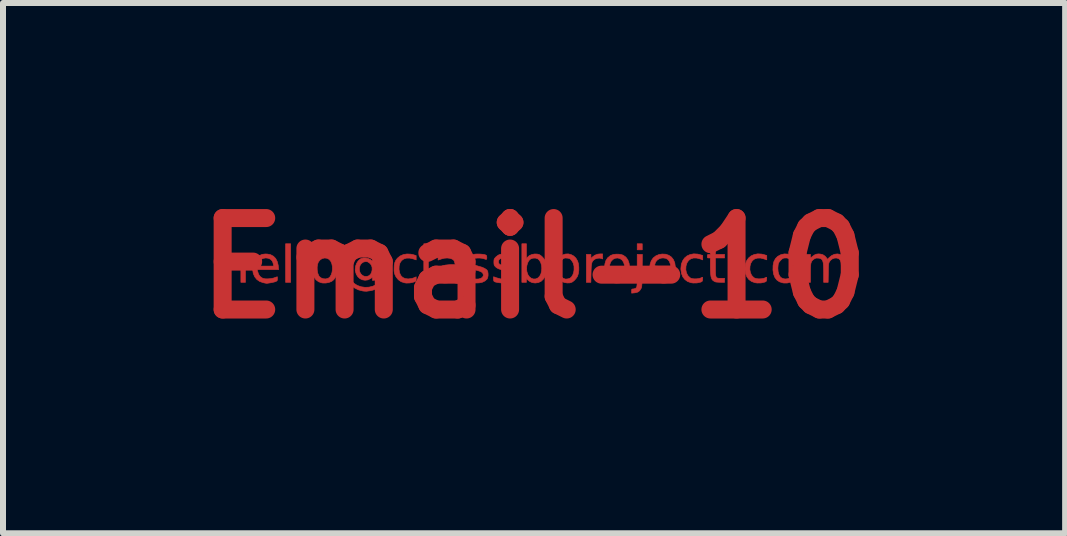
<source format=kicad_pcb>
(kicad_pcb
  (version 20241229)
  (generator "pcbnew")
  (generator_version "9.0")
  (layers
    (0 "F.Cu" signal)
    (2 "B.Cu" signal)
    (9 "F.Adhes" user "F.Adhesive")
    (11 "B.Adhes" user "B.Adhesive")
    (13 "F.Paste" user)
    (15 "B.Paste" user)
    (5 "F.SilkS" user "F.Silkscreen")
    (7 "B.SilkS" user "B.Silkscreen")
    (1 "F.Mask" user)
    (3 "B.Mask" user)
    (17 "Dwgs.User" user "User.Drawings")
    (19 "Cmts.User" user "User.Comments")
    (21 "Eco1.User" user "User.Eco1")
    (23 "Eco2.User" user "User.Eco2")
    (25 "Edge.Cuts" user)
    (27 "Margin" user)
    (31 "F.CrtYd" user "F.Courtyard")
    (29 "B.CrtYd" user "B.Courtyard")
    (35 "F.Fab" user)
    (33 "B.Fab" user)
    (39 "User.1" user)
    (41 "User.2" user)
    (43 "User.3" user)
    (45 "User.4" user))
  (footprint "Email-10"
    (layer "F.Cu")
    (at 5.849 1.418)
    (property "Reference" "Email-10" (at 0 0 0) (layer "F.Cu") (effects (font (size 1.524 1.524) (thickness 0.3))))
    (attr through_hole)
    (fp_poly (pts (xy -4.056 0.237) (xy -4.14 0.237) (xy -4.14 -0.406) (xy -4.056 -0.406) (xy -4.056 0.237)) (stroke (width 0.01) (type solid)) (fill yes) (layer "F.Cu"))
    (fp_poly (pts (xy -3.827 0.237) (xy -3.903 0.237) (xy -3.903 -0.406) (xy -3.827 -0.406) (xy -3.827 0.237)) (stroke (width 0.01) (type solid)) (fill yes) (layer "F.Cu"))
    (fp_poly (pts (xy -1.761 0.237) (xy -1.837 0.237) (xy -1.837 -0.406) (xy -1.761 -0.406) (xy -1.761 0.237)) (stroke (width 0.01) (type solid)) (fill yes) (layer "F.Cu"))
    (fp_poly (pts (xy 1.803 -0.305) (xy 1.719 -0.305) (xy 1.719 -0.406) (xy 1.803 -0.406) (xy 1.803 -0.305)) (stroke (width 0.01) (type solid)) (fill yes) (layer "F.Cu"))
    (fp_poly (pts (xy 3.378 0.237) (xy 3.285 0.237) (xy 3.285 0.127) (xy 3.378 0.127) (xy 3.378 0.237)) (stroke (width 0.01) (type solid)) (fill yes) (layer "F.Cu"))
    (fp_poly (pts (xy 1.143 -0.153) (xy 1.12 -0.162) (xy 1.088 -0.167) (xy 1.051 -0.163) (xy 1.017 -0.151) (xy 1.004 -0.143) (xy 0.987 -0.128) (xy 0.974 -0.113) (xy 0.965 -0.093) (xy 0.959 -0.068) (xy 0.954 -0.034) (xy 0.952 0.012) (xy 0.95 0.072) (xy 0.95 0.083) (xy 0.947 0.237) (xy 0.872 0.237) (xy 0.872 -0.229) (xy 0.948 -0.229) (xy 0.948 -0.159) (xy 0.972 -0.185) (xy 1.012 -0.215) (xy 1.061 -0.233) (xy 1.102 -0.237) (xy 1.143 -0.237) (xy 1.143 -0.153)) (stroke (width 0.01) (type solid)) (fill yes) (layer "F.Cu"))
    (fp_poly (pts (xy 1.802 0.04) (xy 1.801 0.115) (xy 1.8 0.176) (xy 1.799 0.223) (xy 1.798 0.259) (xy 1.796 0.286) (xy 1.794 0.306) (xy 1.791 0.321) (xy 1.787 0.332) (xy 1.782 0.342) (xy 1.759 0.377) (xy 1.729 0.399) (xy 1.689 0.41) (xy 1.674 0.412) (xy 1.626 0.417) (xy 1.626 0.382) (xy 1.626 0.36) (xy 1.632 0.35) (xy 1.645 0.347) (xy 1.655 0.347) (xy 1.686 0.34) (xy 1.701 0.329) (xy 1.706 0.323) (xy 1.71 0.316) (xy 1.713 0.305) (xy 1.715 0.29) (xy 1.717 0.268) (xy 1.718 0.236) (xy 1.718 0.195) (xy 1.719 0.14) (xy 1.719 0.072) (xy 1.719 0.041) (xy 1.719 -0.229) (xy 1.805 -0.229) (xy 1.802 0.04)) (stroke (width 0.01) (type solid)) (fill yes) (layer "F.Cu"))
    (fp_poly (pts (xy 3.023 -0.229) (xy 3.175 -0.229) (xy 3.175 -0.169) (xy 3.023 -0.169) (xy 3.023 -0.019) (xy 3.023 0.042) (xy 3.024 0.088) (xy 3.027 0.122) (xy 3.033 0.144) (xy 3.043 0.158) (xy 3.057 0.166) (xy 3.078 0.169) (xy 3.106 0.169) (xy 3.112 0.169) (xy 3.175 0.169) (xy 3.175 0.237) (xy 3.109 0.236) (xy 3.076 0.235) (xy 3.047 0.233) (xy 3.028 0.231) (xy 3.027 0.231) (xy 3.009 0.223) (xy 2.987 0.21) (xy 2.983 0.207) (xy 2.968 0.191) (xy 2.957 0.169) (xy 2.948 0.138) (xy 2.943 0.096) (xy 2.939 0.042) (xy 2.938 -0.027) (xy 2.938 -0.045) (xy 2.938 -0.169) (xy 2.913 -0.169) (xy 2.895 -0.171) (xy 2.888 -0.179) (xy 2.887 -0.199) (xy 2.889 -0.219) (xy 2.896 -0.227) (xy 2.913 -0.229) (xy 2.938 -0.229) (xy 2.938 -0.356) (xy 3.023 -0.356) (xy 3.023 -0.229)) (stroke (width 0.01) (type solid)) (fill yes) (layer "F.Cu"))
    (fp_poly (pts (xy -5.122 -0.157) (xy -5.091 -0.187) (xy -5.054 -0.216) (xy -5.019 -0.232) (xy -4.978 -0.237) (xy -4.975 -0.237) (xy -4.923 -0.231) (xy -4.881 -0.213) (xy -4.855 -0.19) (xy -4.84 -0.172) (xy -4.829 -0.153) (xy -4.821 -0.13) (xy -4.815 -0.101) (xy -4.812 -0.064) (xy -4.81 -0.015) (xy -4.809 0.047) (xy -4.809 0.071) (xy -4.809 0.237) (xy -4.885 0.237) (xy -4.885 0.08) (xy -4.886 0.016) (xy -4.887 -0.032) (xy -4.89 -0.068) (xy -4.893 -0.093) (xy -4.897 -0.105) (xy -4.919 -0.139) (xy -4.949 -0.16) (xy -4.984 -0.169) (xy -5.021 -0.165) (xy -5.057 -0.149) (xy -5.088 -0.12) (xy -5.101 -0.102) (xy -5.107 -0.089) (xy -5.112 -0.075) (xy -5.115 -0.056) (xy -5.117 -0.029) (xy -5.119 0.007) (xy -5.121 0.057) (xy -5.121 0.083) (xy -5.124 0.237) (xy -5.199 0.237) (xy -5.199 -0.406) (xy -5.122 -0.406) (xy -5.122 -0.157)) (stroke (width 0.01) (type solid)) (fill yes) (layer "F.Cu"))
    (fp_poly (pts (xy -2.055 -0.233) (xy -2.009 -0.223) (xy -1.964 -0.209) (xy -1.964 -0.137) (xy -2.011 -0.153) (xy -2.071 -0.167) (xy -2.124 -0.167) (xy -2.17 -0.153) (xy -2.207 -0.126) (xy -2.234 -0.087) (xy -2.248 -0.037) (xy -2.25 0.02) (xy -2.241 0.078) (xy -2.22 0.123) (xy -2.189 0.155) (xy -2.147 0.174) (xy -2.097 0.18) (xy -2.037 0.173) (xy -2.004 0.162) (xy -1.964 0.145) (xy -1.964 0.182) (xy -1.965 0.204) (xy -1.97 0.217) (xy -1.984 0.225) (xy -2.004 0.232) (xy -2.068 0.247) (xy -2.128 0.249) (xy -2.156 0.245) (xy -2.215 0.226) (xy -2.262 0.193) (xy -2.299 0.147) (xy -2.309 0.128) (xy -2.321 0.101) (xy -2.328 0.076) (xy -2.332 0.048) (xy -2.332 0.009) (xy -2.332 0.008) (xy -2.33 -0.047) (xy -2.321 -0.09) (xy -2.306 -0.126) (xy -2.282 -0.159) (xy -2.276 -0.166) (xy -2.232 -0.202) (xy -2.178 -0.226) (xy -2.118 -0.236) (xy -2.055 -0.233)) (stroke (width 0.01) (type solid)) (fill yes) (layer "F.Cu"))
    (fp_poly (pts (xy 3.793 -0.234) (xy 3.834 -0.224) (xy 3.878 -0.211) (xy 3.878 -0.138) (xy 3.833 -0.153) (xy 3.774 -0.168) (xy 3.721 -0.167) (xy 3.676 -0.153) (xy 3.64 -0.126) (xy 3.614 -0.085) (xy 3.599 -0.035) (xy 3.596 0.023) (xy 3.606 0.076) (xy 3.626 0.12) (xy 3.658 0.154) (xy 3.676 0.166) (xy 3.706 0.175) (xy 3.745 0.179) (xy 3.787 0.177) (xy 3.825 0.171) (xy 3.839 0.166) (xy 3.86 0.157) (xy 3.873 0.153) (xy 3.875 0.152) (xy 3.877 0.16) (xy 3.877 0.179) (xy 3.876 0.188) (xy 3.873 0.211) (xy 3.865 0.223) (xy 3.847 0.232) (xy 3.843 0.233) (xy 3.782 0.247) (xy 3.718 0.248) (xy 3.683 0.243) (xy 3.626 0.223) (xy 3.58 0.19) (xy 3.546 0.145) (xy 3.524 0.089) (xy 3.514 0.023) (xy 3.514 0.004) (xy 3.521 -0.063) (xy 3.541 -0.12) (xy 3.574 -0.168) (xy 3.617 -0.204) (xy 3.669 -0.227) (xy 3.728 -0.238) (xy 3.793 -0.234)) (stroke (width 0.01) (type solid)) (fill yes) (layer "F.Cu"))
    (fp_poly (pts (xy 2.727 -0.234) (xy 2.767 -0.224) (xy 2.811 -0.211) (xy 2.811 -0.137) (xy 2.769 -0.153) (xy 2.711 -0.168) (xy 2.659 -0.169) (xy 2.613 -0.155) (xy 2.576 -0.128) (xy 2.549 -0.089) (xy 2.533 -0.038) (xy 2.532 -0.035) (xy 2.529 0.026) (xy 2.54 0.079) (xy 2.563 0.124) (xy 2.597 0.158) (xy 2.615 0.169) (xy 2.64 0.176) (xy 2.675 0.179) (xy 2.714 0.178) (xy 2.75 0.173) (xy 2.773 0.166) (xy 2.793 0.157) (xy 2.807 0.153) (xy 2.808 0.152) (xy 2.81 0.16) (xy 2.81 0.179) (xy 2.809 0.188) (xy 2.806 0.211) (xy 2.798 0.223) (xy 2.78 0.232) (xy 2.777 0.233) (xy 2.715 0.247) (xy 2.651 0.248) (xy 2.616 0.243) (xy 2.559 0.223) (xy 2.514 0.19) (xy 2.479 0.145) (xy 2.457 0.089) (xy 2.447 0.023) (xy 2.447 0.004) (xy 2.454 -0.063) (xy 2.475 -0.12) (xy 2.507 -0.168) (xy 2.55 -0.204) (xy 2.602 -0.227) (xy 2.661 -0.238) (xy 2.727 -0.234)) (stroke (width 0.01) (type solid)) (fill yes) (layer "F.Cu"))
    (fp_poly (pts (xy 1.416 -0.232) (xy 1.461 -0.224) (xy 1.488 -0.214) (xy 1.532 -0.181) (xy 1.564 -0.137) (xy 1.584 -0.08) (xy 1.593 -0.012) (xy 1.593 0.004) (xy 1.587 0.075) (xy 1.57 0.134) (xy 1.54 0.181) (xy 1.525 0.197) (xy 1.478 0.228) (xy 1.425 0.246) (xy 1.367 0.249) (xy 1.34 0.245) (xy 1.292 0.23) (xy 1.253 0.205) (xy 1.225 0.178) (xy 1.2 0.14) (xy 1.183 0.095) (xy 1.175 0.04) (xy 1.175 0.036) (xy 1.255 0.036) (xy 1.261 0.075) (xy 1.28 0.118) (xy 1.308 0.15) (xy 1.342 0.171) (xy 1.38 0.18) (xy 1.418 0.175) (xy 1.454 0.156) (xy 1.47 0.141) (xy 1.494 0.104) (xy 1.508 0.057) (xy 1.513 0.005) (xy 1.508 -0.048) (xy 1.492 -0.097) (xy 1.489 -0.104) (xy 1.463 -0.139) (xy 1.43 -0.16) (xy 1.393 -0.169) (xy 1.354 -0.165) (xy 1.318 -0.148) (xy 1.288 -0.118) (xy 1.275 -0.098) (xy 1.262 -0.059) (xy 1.255 -0.013) (xy 1.255 0.036) (xy 1.175 0.036) (xy 1.174 -0.005) (xy 1.181 -0.072) (xy 1.198 -0.128) (xy 1.227 -0.172) (xy 1.269 -0.206) (xy 1.283 -0.214) (xy 1.32 -0.227) (xy 1.367 -0.233) (xy 1.416 -0.232)) (stroke (width 0.01) (type solid)) (fill yes) (layer "F.Cu"))
    (fp_poly (pts (xy -3.464 -0.235) (xy -3.405 -0.223) (xy -3.357 -0.197) (xy -3.32 -0.159) (xy -3.294 -0.109) (xy -3.28 -0.048) (xy -3.278 0.025) (xy -3.278 0.028) (xy -3.286 0.091) (xy -3.304 0.143) (xy -3.333 0.187) (xy -3.339 0.194) (xy -3.372 0.22) (xy -3.416 0.238) (xy -3.467 0.248) (xy -3.519 0.248) (xy -3.539 0.245) (xy -3.59 0.227) (xy -3.633 0.195) (xy -3.665 0.15) (xy -3.687 0.095) (xy -3.698 0.029) (xy -3.698 0.027) (xy -3.698 -0.018) (xy -3.614 -0.018) (xy -3.613 0.033) (xy -3.605 0.081) (xy -3.589 0.122) (xy -3.579 0.139) (xy -3.549 0.163) (xy -3.511 0.177) (xy -3.469 0.18) (xy -3.43 0.169) (xy -3.427 0.168) (xy -3.401 0.146) (xy -3.38 0.111) (xy -3.366 0.068) (xy -3.36 0.02) (xy -3.361 -0.029) (xy -3.37 -0.075) (xy -3.387 -0.114) (xy -3.415 -0.146) (xy -3.45 -0.164) (xy -3.488 -0.169) (xy -3.527 -0.161) (xy -3.562 -0.14) (xy -3.591 -0.106) (xy -3.593 -0.103) (xy -3.607 -0.065) (xy -3.614 -0.018) (xy -3.698 -0.018) (xy -3.698 -0.039) (xy -3.687 -0.093) (xy -3.665 -0.139) (xy -3.634 -0.177) (xy -3.591 -0.211) (xy -3.544 -0.23) (xy -3.49 -0.236) (xy -3.464 -0.235)) (stroke (width 0.01) (type solid)) (fill yes) (layer "F.Cu"))
    (fp_poly (pts (xy -0.127 -0.159) (xy -0.109 -0.182) (xy -0.078 -0.209) (xy -0.037 -0.227) (xy 0.01 -0.236) (xy 0.056 -0.234) (xy 0.087 -0.226) (xy 0.114 -0.209) (xy 0.143 -0.182) (xy 0.17 -0.15) (xy 0.19 -0.117) (xy 0.193 -0.111) (xy 0.201 -0.084) (xy 0.206 -0.043) (xy 0.207 0.004) (xy 0.207 0.047) (xy 0.204 0.078) (xy 0.199 0.103) (xy 0.19 0.127) (xy 0.188 0.132) (xy 0.157 0.182) (xy 0.118 0.219) (xy 0.071 0.241) (xy 0.019 0.248) (xy -0.028 0.242) (xy -0.067 0.225) (xy -0.098 0.203) (xy -0.127 0.174) (xy -0.127 0.237) (xy -0.203 0.237) (xy -0.203 0.011) (xy -0.125 0.011) (xy -0.119 0.06) (xy -0.103 0.107) (xy -0.078 0.144) (xy -0.046 0.169) (xy -0.01 0.181) (xy 0.028 0.18) (xy 0.066 0.163) (xy 0.068 0.161) (xy 0.095 0.133) (xy 0.115 0.093) (xy 0.126 0.048) (xy 0.129 -0.001) (xy 0.124 -0.049) (xy 0.111 -0.094) (xy 0.09 -0.13) (xy 0.062 -0.155) (xy 0.059 -0.157) (xy 0.021 -0.168) (xy -0.021 -0.166) (xy -0.058 -0.152) (xy -0.086 -0.126) (xy -0.107 -0.087) (xy -0.12 -0.04) (xy -0.125 0.011) (xy -0.203 0.011) (xy -0.203 -0.406) (xy -0.127 -0.406) (xy -0.127 -0.159)) (stroke (width 0.01) (type solid)) (fill yes) (layer "F.Cu"))
    (fp_poly (pts (xy 4.229 -0.234) (xy 4.282 -0.217) (xy 4.327 -0.188) (xy 4.343 -0.172) (xy 4.375 -0.123) (xy 4.395 -0.066) (xy 4.403 -0.005) (xy 4.399 0.058) (xy 4.383 0.118) (xy 4.355 0.173) (xy 4.351 0.177) (xy 4.317 0.211) (xy 4.271 0.235) (xy 4.219 0.248) (xy 4.163 0.248) (xy 4.143 0.245) (xy 4.088 0.227) (xy 4.044 0.196) (xy 4.012 0.153) (xy 3.991 0.097) (xy 3.981 0.029) (xy 3.981 0.028) (xy 3.982 0.001) (xy 4.063 0.001) (xy 4.067 0.057) (xy 4.08 0.106) (xy 4.102 0.144) (xy 4.113 0.156) (xy 4.145 0.173) (xy 4.184 0.181) (xy 4.224 0.177) (xy 4.256 0.163) (xy 4.285 0.135) (xy 4.305 0.094) (xy 4.315 0.043) (xy 4.316 0.038) (xy 4.318 -0.015) (xy 4.314 -0.056) (xy 4.303 -0.089) (xy 4.284 -0.118) (xy 4.271 -0.132) (xy 4.249 -0.153) (xy 4.232 -0.164) (xy 4.213 -0.169) (xy 4.191 -0.169) (xy 4.166 -0.168) (xy 4.148 -0.163) (xy 4.13 -0.15) (xy 4.111 -0.132) (xy 4.086 -0.103) (xy 4.072 -0.076) (xy 4.068 -0.058) (xy 4.063 0.001) (xy 3.982 0.001) (xy 3.983 -0.045) (xy 3.996 -0.107) (xy 4.022 -0.157) (xy 4.059 -0.195) (xy 4.109 -0.222) (xy 4.115 -0.225) (xy 4.172 -0.237) (xy 4.229 -0.234)) (stroke (width 0.01) (type solid)) (fill yes) (layer "F.Cu"))
    (fp_poly (pts (xy 0.618 -0.225) (xy 0.661 -0.202) (xy 0.698 -0.166) (xy 0.725 -0.12) (xy 0.726 -0.119) (xy 0.74 -0.072) (xy 0.746 -0.017) (xy 0.746 0.04) (xy 0.738 0.093) (xy 0.724 0.136) (xy 0.723 0.138) (xy 0.701 0.171) (xy 0.672 0.204) (xy 0.641 0.229) (xy 0.632 0.234) (xy 0.595 0.246) (xy 0.552 0.247) (xy 0.507 0.24) (xy 0.47 0.225) (xy 0.447 0.209) (xy 0.429 0.194) (xy 0.424 0.188) (xy 0.42 0.188) (xy 0.418 0.201) (xy 0.416 0.229) (xy 0.415 0.273) (xy 0.415 0.294) (xy 0.415 0.415) (xy 0.33 0.415) (xy 0.33 0.001) (xy 0.415 0.001) (xy 0.42 0.061) (xy 0.435 0.11) (xy 0.459 0.147) (xy 0.49 0.172) (xy 0.527 0.183) (xy 0.57 0.178) (xy 0.6 0.167) (xy 0.624 0.147) (xy 0.645 0.114) (xy 0.66 0.072) (xy 0.667 0.029) (xy 0.666 -0.034) (xy 0.651 -0.088) (xy 0.623 -0.132) (xy 0.605 -0.151) (xy 0.587 -0.161) (xy 0.562 -0.166) (xy 0.55 -0.167) (xy 0.521 -0.169) (xy 0.501 -0.165) (xy 0.484 -0.155) (xy 0.475 -0.147) (xy 0.442 -0.11) (xy 0.423 -0.063) (xy 0.415 -0.006) (xy 0.415 0.001) (xy 0.33 0.001) (xy 0.33 -0.229) (xy 0.415 -0.229) (xy 0.415 -0.167) (xy 0.438 -0.19) (xy 0.478 -0.22) (xy 0.524 -0.235) (xy 0.571 -0.237) (xy 0.618 -0.225)) (stroke (width 0.01) (type solid)) (fill yes) (layer "F.Cu"))
    (fp_poly (pts (xy -4.446 -0.235) (xy -4.39 -0.224) (xy -4.342 -0.198) (xy -4.305 -0.16) (xy -4.279 -0.109) (xy -4.263 -0.047) (xy -4.262 -0.032) (xy -4.256 0.025) (xy -4.613 0.025) (xy -4.606 0.053) (xy -4.59 0.102) (xy -4.567 0.137) (xy -4.535 0.161) (xy -4.517 0.17) (xy -4.482 0.178) (xy -4.437 0.179) (xy -4.389 0.175) (xy -4.344 0.166) (xy -4.331 0.162) (xy -4.304 0.152) (xy -4.285 0.146) (xy -4.278 0.144) (xy -4.277 0.151) (xy -4.276 0.17) (xy -4.276 0.178) (xy -4.277 0.2) (xy -4.285 0.213) (xy -4.304 0.223) (xy -4.304 0.223) (xy -4.324 0.23) (xy -4.354 0.237) (xy -4.388 0.244) (xy -4.421 0.249) (xy -4.447 0.253) (xy -4.459 0.253) (xy -4.471 0.251) (xy -4.493 0.247) (xy -4.515 0.242) (xy -4.572 0.222) (xy -4.619 0.189) (xy -4.655 0.144) (xy -4.679 0.088) (xy -4.689 0.025) (xy -4.687 -0.041) (xy -4.683 -0.058) (xy -4.606 -0.058) (xy -4.605 -0.047) (xy -4.595 -0.04) (xy -4.575 -0.036) (xy -4.542 -0.034) (xy -4.496 -0.034) (xy -4.471 -0.034) (xy -4.337 -0.034) (xy -4.345 -0.069) (xy -4.352 -0.095) (xy -4.362 -0.117) (xy -4.364 -0.121) (xy -4.393 -0.149) (xy -4.43 -0.165) (xy -4.471 -0.17) (xy -4.512 -0.163) (xy -4.549 -0.146) (xy -4.578 -0.118) (xy -4.589 -0.099) (xy -4.6 -0.075) (xy -4.606 -0.058) (xy -4.683 -0.058) (xy -4.674 -0.096) (xy -4.647 -0.143) (xy -4.62 -0.174) (xy -4.577 -0.209) (xy -4.532 -0.229) (xy -4.48 -0.236) (xy -4.446 -0.235)) (stroke (width 0.01) (type solid)) (fill yes) (layer "F.Cu"))
    (fp_poly (pts (xy 2.194 -0.232) (xy 2.246 -0.214) (xy 2.29 -0.184) (xy 2.323 -0.141) (xy 2.345 -0.088) (xy 2.354 -0.026) (xy 2.354 -0.016) (xy 2.354 0.025) (xy 2.18 0.025) (xy 2.12 0.025) (xy 2.075 0.026) (xy 2.044 0.027) (xy 2.023 0.03) (xy 2.012 0.035) (xy 2.008 0.043) (xy 2.009 0.055) (xy 2.014 0.07) (xy 2.016 0.077) (xy 2.039 0.123) (xy 2.069 0.155) (xy 2.09 0.167) (xy 2.132 0.178) (xy 2.184 0.179) (xy 2.241 0.172) (xy 2.298 0.157) (xy 2.322 0.148) (xy 2.331 0.147) (xy 2.336 0.154) (xy 2.337 0.175) (xy 2.337 0.18) (xy 2.337 0.218) (xy 2.288 0.231) (xy 2.236 0.242) (xy 2.186 0.249) (xy 2.142 0.25) (xy 2.129 0.248) (xy 2.07 0.234) (xy 2.022 0.209) (xy 1.987 0.179) (xy 1.959 0.143) (xy 1.94 0.107) (xy 1.93 0.065) (xy 1.927 0.012) (xy 1.927 0.004) (xy 1.931 -0.043) (xy 2.009 -0.043) (xy 2.013 -0.039) (xy 2.024 -0.037) (xy 2.044 -0.035) (xy 2.075 -0.034) (xy 2.119 -0.034) (xy 2.142 -0.034) (xy 2.279 -0.034) (xy 2.273 -0.061) (xy 2.256 -0.11) (xy 2.23 -0.144) (xy 2.195 -0.164) (xy 2.15 -0.17) (xy 2.113 -0.166) (xy 2.082 -0.154) (xy 2.053 -0.134) (xy 2.03 -0.108) (xy 2.02 -0.087) (xy 2.014 -0.064) (xy 2.01 -0.049) (xy 2.009 -0.043) (xy 1.931 -0.043) (xy 1.934 -0.064) (xy 1.953 -0.122) (xy 1.985 -0.169) (xy 2.029 -0.204) (xy 2.083 -0.227) (xy 2.135 -0.235) (xy 2.194 -0.232)) (stroke (width 0.01) (type solid)) (fill yes) (layer "F.Cu"))
    (fp_poly (pts (xy -0.893 -0.234) (xy -0.852 -0.23) (xy -0.82 -0.224) (xy -0.811 -0.221) (xy -0.795 -0.213) (xy -0.789 -0.199) (xy -0.787 -0.178) (xy -0.788 -0.157) (xy -0.792 -0.147) (xy -0.805 -0.147) (xy -0.828 -0.154) (xy -0.834 -0.156) (xy -0.865 -0.164) (xy -0.903 -0.168) (xy -0.943 -0.168) (xy -0.977 -0.165) (xy -0.999 -0.158) (xy -1.021 -0.14) (xy -1.034 -0.115) (xy -1.035 -0.092) (xy -1.025 -0.075) (xy -1.005 -0.06) (xy -0.971 -0.046) (xy -0.926 -0.032) (xy -0.866 -0.015) (xy -0.822 0.005) (xy -0.79 0.027) (xy -0.783 0.034) (xy -0.771 0.057) (xy -0.766 0.091) (xy -0.766 0.127) (xy -0.773 0.161) (xy -0.784 0.183) (xy -0.817 0.213) (xy -0.861 0.235) (xy -0.916 0.246) (xy -0.977 0.248) (xy -1.009 0.245) (xy -1.052 0.238) (xy -1.082 0.232) (xy -1.1 0.225) (xy -1.11 0.215) (xy -1.114 0.2) (xy -1.116 0.184) (xy -1.117 0.16) (xy -1.115 0.146) (xy -1.114 0.144) (xy -1.104 0.147) (xy -1.084 0.154) (xy -1.069 0.16) (xy -1.018 0.175) (xy -0.969 0.182) (xy -0.925 0.181) (xy -0.888 0.171) (xy -0.861 0.154) (xy -0.847 0.13) (xy -0.845 0.115) (xy -0.852 0.088) (xy -0.873 0.066) (xy -0.911 0.049) (xy -0.922 0.046) (xy -0.974 0.031) (xy -1.012 0.02) (xy -1.039 0.01) (xy -1.058 0.00028) (xy -1.072 -0.01) (xy -1.079 -0.017) (xy -1.103 -0.052) (xy -1.112 -0.091) (xy -1.108 -0.131) (xy -1.091 -0.168) (xy -1.063 -0.2) (xy -1.025 -0.223) (xy -1.006 -0.229) (xy -0.976 -0.234) (xy -0.937 -0.235) (xy -0.893 -0.234)) (stroke (width 0.01) (type solid)) (fill yes) (layer "F.Cu"))
    (fp_poly (pts (xy 5.098 -0.23) (xy 5.138 -0.208) (xy 5.154 -0.194) (xy 5.169 -0.175) (xy 5.18 -0.156) (xy 5.189 -0.134) (xy 5.195 -0.105) (xy 5.2 -0.067) (xy 5.203 -0.019) (xy 5.205 0.043) (xy 5.205 0.066) (xy 5.209 0.237) (xy 5.122 0.237) (xy 5.122 0.076) (xy 5.122 0.011) (xy 5.12 -0.04) (xy 5.117 -0.079) (xy 5.112 -0.107) (xy 5.104 -0.128) (xy 5.094 -0.143) (xy 5.08 -0.155) (xy 5.079 -0.156) (xy 5.047 -0.168) (xy 5.011 -0.168) (xy 4.974 -0.156) (xy 4.943 -0.133) (xy 4.927 -0.113) (xy 4.92 -0.101) (xy 4.914 -0.088) (xy 4.91 -0.072) (xy 4.908 -0.051) (xy 4.906 -0.021) (xy 4.905 0.02) (xy 4.904 0.075) (xy 4.904 0.078) (xy 4.901 0.237) (xy 4.826 0.237) (xy 4.826 0.083) (xy 4.825 0.012) (xy 4.823 -0.044) (xy 4.819 -0.087) (xy 4.811 -0.118) (xy 4.8 -0.14) (xy 4.784 -0.154) (xy 4.764 -0.163) (xy 4.738 -0.167) (xy 4.735 -0.167) (xy 4.705 -0.168) (xy 4.682 -0.161) (xy 4.666 -0.151) (xy 4.646 -0.136) (xy 4.631 -0.12) (xy 4.621 -0.101) (xy 4.613 -0.076) (xy 4.609 -0.042) (xy 4.607 0.002) (xy 4.606 0.06) (xy 4.606 0.082) (xy 4.606 0.237) (xy 4.521 0.237) (xy 4.521 -0.229) (xy 4.606 -0.229) (xy 4.606 -0.169) (xy 4.645 -0.199) (xy 4.678 -0.222) (xy 4.707 -0.233) (xy 4.739 -0.237) (xy 4.768 -0.235) (xy 4.813 -0.224) (xy 4.85 -0.199) (xy 4.873 -0.172) (xy 4.89 -0.147) (xy 4.921 -0.179) (xy 4.962 -0.211) (xy 5.007 -0.231) (xy 5.053 -0.237) (xy 5.098 -0.23)) (stroke (width 0.01) (type solid)) (fill yes) (layer "F.Cu"))
    (fp_poly (pts (xy -1.381 -0.23) (xy -1.338 -0.218) (xy -1.333 -0.215) (xy -1.297 -0.189) (xy -1.268 -0.15) (xy -1.249 -0.102) (xy -1.245 -0.086) (xy -1.242 -0.061) (xy -1.239 -0.024) (xy -1.237 0.022) (xy -1.236 0.072) (xy -1.236 0.099) (xy -1.236 0.237) (xy -1.312 0.237) (xy -1.312 0.167) (xy -1.329 0.189) (xy -1.359 0.215) (xy -1.4 0.234) (xy -1.447 0.246) (xy -1.493 0.248) (xy -1.518 0.245) (xy -1.564 0.227) (xy -1.599 0.197) (xy -1.62 0.157) (xy -1.628 0.106) (xy -1.628 0.101) (xy -1.628 0.099) (xy -1.549 0.099) (xy -1.542 0.132) (xy -1.521 0.16) (xy -1.493 0.178) (xy -1.486 0.18) (xy -1.458 0.182) (xy -1.423 0.177) (xy -1.391 0.166) (xy -1.387 0.165) (xy -1.356 0.139) (xy -1.333 0.1) (xy -1.321 0.059) (xy -1.316 0.034) (xy -1.313 0.016) (xy -1.312 0.012) (xy -1.32 0.01) (xy -1.341 0.009) (xy -1.372 0.009) (xy -1.393 0.008) (xy -1.45 0.011) (xy -1.492 0.017) (xy -1.521 0.03) (xy -1.539 0.05) (xy -1.548 0.078) (xy -1.549 0.099) (xy -1.628 0.099) (xy -1.622 0.053) (xy -1.605 0.015) (xy -1.575 -0.015) (xy -1.532 -0.037) (xy -1.476 -0.051) (xy -1.406 -0.058) (xy -1.366 -0.059) (xy -1.314 -0.059) (xy -1.321 -0.089) (xy -1.328 -0.113) (xy -1.337 -0.13) (xy -1.337 -0.131) (xy -1.364 -0.151) (xy -1.403 -0.164) (xy -1.449 -0.169) (xy -1.499 -0.165) (xy -1.547 -0.152) (xy -1.573 -0.143) (xy -1.592 -0.137) (xy -1.598 -0.135) (xy -1.599 -0.143) (xy -1.599 -0.162) (xy -1.599 -0.171) (xy -1.596 -0.207) (xy -1.541 -0.223) (xy -1.488 -0.233) (xy -1.433 -0.235) (xy -1.381 -0.23)) (stroke (width 0.01) (type solid)) (fill yes) (layer "F.Cu"))
    (fp_poly (pts (xy -0.452 -0.234) (xy -0.411 -0.23) (xy -0.378 -0.224) (xy -0.37 -0.221) (xy -0.355 -0.213) (xy -0.348 -0.199) (xy -0.347 -0.178) (xy -0.348 -0.157) (xy -0.351 -0.145) (xy -0.352 -0.144) (xy -0.362 -0.146) (xy -0.383 -0.153) (xy -0.398 -0.158) (xy -0.453 -0.168) (xy -0.499 -0.168) (xy -0.542 -0.163) (xy -0.571 -0.152) (xy -0.587 -0.134) (xy -0.593 -0.108) (xy -0.593 -0.105) (xy -0.59 -0.085) (xy -0.579 -0.069) (xy -0.558 -0.056) (xy -0.524 -0.043) (xy -0.486 -0.032) (xy -0.428 -0.016) (xy -0.386 0.001) (xy -0.356 0.021) (xy -0.337 0.045) (xy -0.327 0.075) (xy -0.324 0.1) (xy -0.323 0.131) (xy -0.327 0.154) (xy -0.338 0.174) (xy -0.34 0.177) (xy -0.372 0.21) (xy -0.416 0.233) (xy -0.471 0.246) (xy -0.533 0.248) (xy -0.569 0.245) (xy -0.612 0.238) (xy -0.642 0.232) (xy -0.66 0.225) (xy -0.67 0.215) (xy -0.674 0.2) (xy -0.676 0.184) (xy -0.676 0.16) (xy -0.675 0.146) (xy -0.674 0.144) (xy -0.664 0.147) (xy -0.644 0.154) (xy -0.629 0.16) (xy -0.561 0.179) (xy -0.497 0.182) (xy -0.469 0.178) (xy -0.434 0.164) (xy -0.411 0.144) (xy -0.401 0.12) (xy -0.404 0.095) (xy -0.422 0.072) (xy -0.452 0.056) (xy -0.478 0.047) (xy -0.513 0.036) (xy -0.549 0.025) (xy -0.55 0.025) (xy -0.594 0.01) (xy -0.626 -0.008) (xy -0.641 -0.021) (xy -0.657 -0.039) (xy -0.665 -0.055) (xy -0.668 -0.076) (xy -0.669 -0.1) (xy -0.668 -0.13) (xy -0.664 -0.15) (xy -0.653 -0.167) (xy -0.637 -0.185) (xy -0.598 -0.216) (xy -0.567 -0.229) (xy -0.536 -0.234) (xy -0.496 -0.235) (xy -0.452 -0.234)) (stroke (width 0.01) (type solid)) (fill yes) (layer "F.Cu"))
    (fp_poly (pts (xy -2.733 -0.353) (xy -2.667 -0.336) (xy -2.606 -0.308) (xy -2.551 -0.27) (xy -2.506 -0.223) (xy -2.471 -0.166) (xy -2.448 -0.101) (xy -2.442 -0.062) (xy -2.442 -0.004) (xy -2.453 0.051) (xy -2.475 0.099) (xy -2.506 0.137) (xy -2.509 0.139) (xy -2.556 0.171) (xy -2.605 0.191) (xy -2.649 0.2) (xy -2.692 0.205) (xy -2.692 0.153) (xy -2.723 0.173) (xy -2.768 0.196) (xy -2.815 0.202) (xy -2.859 0.195) (xy -2.9 0.176) (xy -2.935 0.145) (xy -2.961 0.104) (xy -2.977 0.055) (xy -2.979 0.033) (xy -2.911 0.033) (xy -2.901 0.07) (xy -2.881 0.102) (xy -2.854 0.125) (xy -2.821 0.138) (xy -2.783 0.138) (xy -2.752 0.127) (xy -2.725 0.104) (xy -2.707 0.071) (xy -2.698 0.03) (xy -2.699 -0.014) (xy -2.701 -0.022) (xy -2.715 -0.056) (xy -2.74 -0.084) (xy -2.77 -0.104) (xy -2.799 -0.11) (xy -2.841 -0.102) (xy -2.874 -0.08) (xy -2.896 -0.051) (xy -2.91 -0.008) (xy -2.911 0.033) (xy -2.979 0.033) (xy -2.98 0.017) (xy -2.974 -0.032) (xy -2.957 -0.079) (xy -2.931 -0.12) (xy -2.898 -0.15) (xy -2.879 -0.161) (xy -2.842 -0.169) (xy -2.799 -0.168) (xy -2.757 -0.158) (xy -2.723 -0.141) (xy -2.723 -0.141) (xy -2.692 -0.118) (xy -2.692 -0.139) (xy -2.691 -0.153) (xy -2.682 -0.159) (xy -2.662 -0.161) (xy -2.659 -0.161) (xy -2.625 -0.161) (xy -2.625 -0.013) (xy -2.624 0.049) (xy -2.623 0.094) (xy -2.62 0.123) (xy -2.617 0.135) (xy -2.616 0.135) (xy -2.591 0.129) (xy -2.564 0.11) (xy -2.538 0.085) (xy -2.519 0.056) (xy -2.514 0.047) (xy -2.507 0.012) (xy -2.505 -0.031) (xy -2.508 -0.076) (xy -2.516 -0.116) (xy -2.521 -0.128) (xy -2.554 -0.184) (xy -2.597 -0.229) (xy -2.648 -0.262) (xy -2.705 -0.283) (xy -2.765 -0.294) (xy -2.827 -0.293) (xy -2.887 -0.282) (xy -2.944 -0.26) (xy -2.997 -0.227) (xy -3.041 -0.184) (xy -3.077 -0.131) (xy -3.095 -0.086) (xy -3.105 -0.036) (xy -3.108 0.022) (xy -3.104 0.078) (xy -3.099 0.102) (xy -3.084 0.14) (xy -3.06 0.182) (xy -3.031 0.221) (xy -3.003 0.251) (xy -2.948 0.287) (xy -2.885 0.31) (xy -2.818 0.32) (xy -2.75 0.317) (xy -2.685 0.301) (xy -2.632 0.275) (xy -2.601 0.255) (xy -2.581 0.276) (xy -2.561 0.297) (xy -2.582 0.314) (xy -2.603 0.328) (xy -2.63 0.343) (xy -2.646 0.351) (xy -2.672 0.362) (xy -2.699 0.37) (xy -2.732 0.377) (xy -2.776 0.383) (xy -2.786 0.385) (xy -2.805 0.385) (xy -2.835 0.383) (xy -2.857 0.38) (xy -2.927 0.362) (xy -2.993 0.329) (xy -3.052 0.285) (xy -3.102 0.23) (xy -3.136 0.176) (xy -3.161 0.105) (xy -3.171 0.032) (xy -3.167 -0.042) (xy -3.148 -0.113) (xy -3.116 -0.179) (xy -3.072 -0.238) (xy -3.016 -0.287) (xy -3.009 -0.292) (xy -2.942 -0.328) (xy -2.873 -0.349) (xy -2.803 -0.357) (xy -2.733 -0.353)) (stroke (width 0.01) (type solid)) (fill yes) (layer "F.Cu")))
  (gr_rect
    (start -3 -3)
    (end 14.699 5.836)
    (stroke (width 0.1) (type default))
    (fill no)
    (layer "Edge.Cuts")))
</source>
